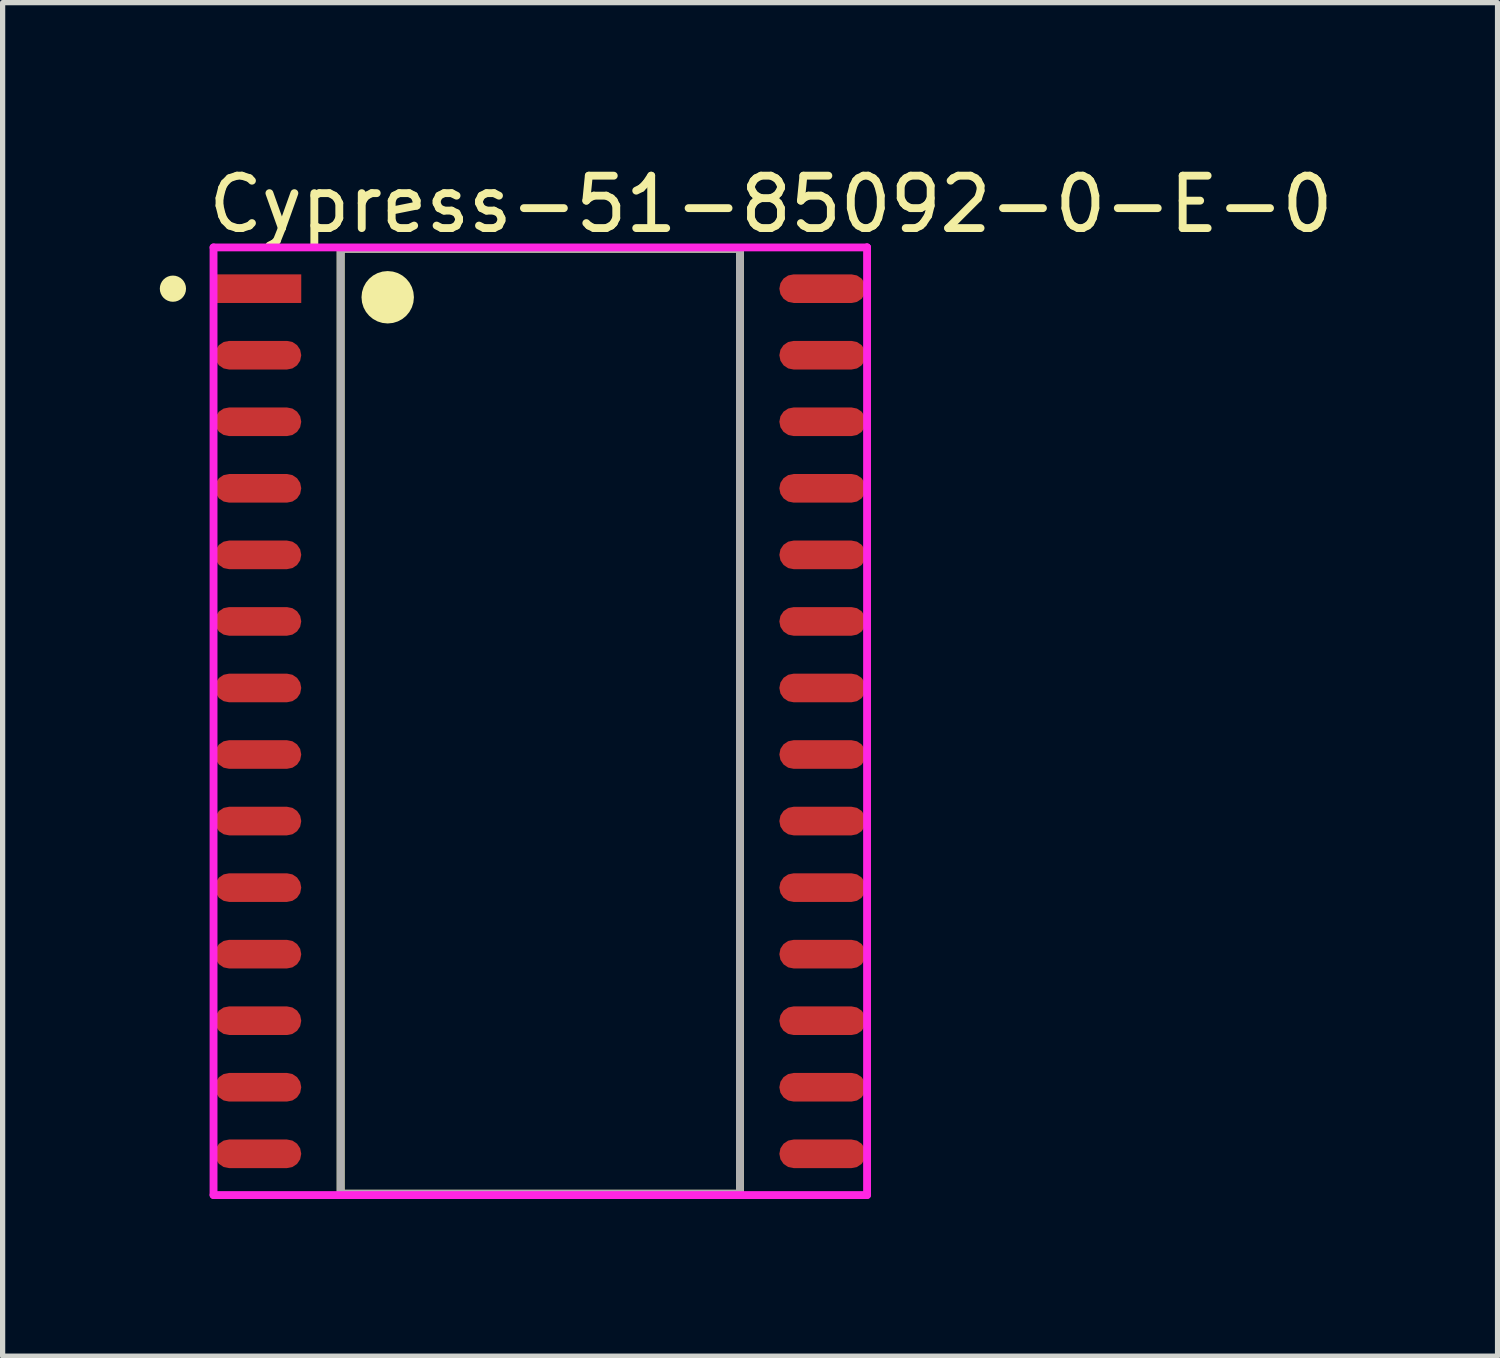
<source format=kicad_pcb>
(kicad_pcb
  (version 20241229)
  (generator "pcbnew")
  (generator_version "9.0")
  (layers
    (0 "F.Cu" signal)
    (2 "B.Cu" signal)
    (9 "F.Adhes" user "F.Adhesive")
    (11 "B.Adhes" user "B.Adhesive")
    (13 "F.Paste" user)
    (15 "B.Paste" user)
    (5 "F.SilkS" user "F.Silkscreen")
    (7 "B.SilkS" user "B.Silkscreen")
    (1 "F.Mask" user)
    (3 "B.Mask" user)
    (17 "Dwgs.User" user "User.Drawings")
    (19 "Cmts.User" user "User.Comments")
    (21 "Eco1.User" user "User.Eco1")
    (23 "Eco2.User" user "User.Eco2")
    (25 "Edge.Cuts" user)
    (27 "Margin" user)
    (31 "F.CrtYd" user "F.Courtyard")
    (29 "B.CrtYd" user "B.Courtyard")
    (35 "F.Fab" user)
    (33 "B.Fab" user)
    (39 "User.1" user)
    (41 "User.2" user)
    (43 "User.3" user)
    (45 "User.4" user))
  (footprint "Cypress-51-85092-0-E-0"
    (layer "F.Cu")
    (at 7.261 10.714)
    (property "Reference" "Cypress-51-85092-0-E-0" (at -6.411 -9.866 0) (layer "F.SilkS") (effects (font (size 1 1) (thickness 0.15)) (justify left)))
    (attr through_hole)
    (fp_line (start -3.81 -9.017) (end 3.81 -9.017) (stroke (width 0.15) (type solid)) (layer "F.SilkS"))
    (fp_line (start -3.81 9.017) (end -3.81 -9.017) (stroke (width 0.15) (type solid)) (layer "F.SilkS"))
    (fp_line (start 3.81 -9.017) (end 3.81 9.017) (stroke (width 0.15) (type solid)) (layer "F.SilkS"))
    (fp_line (start 3.81 9.017) (end -3.81 9.017) (stroke (width 0.15) (type solid)) (layer "F.SilkS"))
    (fp_circle (center -7.011 -8.255) (end -6.886 -8.255) (stroke (width 0.25) (type solid)) (fill no) (layer "F.SilkS"))
    (fp_circle (center -2.912 -8.091) (end -2.662 -8.091) (stroke (width 0.5) (type solid)) (fill no) (layer "F.SilkS"))
    (fp_line (start -6.236 -9.042) (end -6.236 9.042) (stroke (width 0.15) (type solid)) (layer "F.CrtYd"))
    (fp_line (start -6.236 9.042) (end 6.236 9.042) (stroke (width 0.15) (type solid)) (layer "F.CrtYd"))
    (fp_line (start 6.236 -9.042) (end -6.236 -9.042) (stroke (width 0.15) (type solid)) (layer "F.CrtYd"))
    (fp_line (start 6.236 -9.042) (end 6.236 -9.042) (stroke (width 0.15) (type solid)) (layer "F.CrtYd"))
    (fp_line (start 6.236 9.042) (end 6.236 -9.042) (stroke (width 0.15) (type solid)) (layer "F.CrtYd"))
    (fp_line (start -3.81 -9.017) (end 3.81 -9.017) (stroke (width 0.15) (type solid)) (layer "F.Fab"))
    (fp_line (start -3.81 9.017) (end -3.81 -9.017) (stroke (width 0.15) (type solid)) (layer "F.Fab"))
    (fp_line (start 3.81 -9.017) (end 3.81 9.017) (stroke (width 0.15) (type solid)) (layer "F.Fab"))
    (fp_line (start 3.81 9.017) (end -3.81 9.017) (stroke (width 0.15) (type solid)) (layer "F.Fab"))
    (pad "1" smd rect (at -5.387 -8.255) (size 1.65 0.546) (layers "F.Cu" "F.Mask" "F.Paste"))
    (pad "2" smd roundrect (at -5.387 -6.985) (size 1.65 0.546) (layers "F.Cu" "F.Mask" "F.Paste") (roundrect_rratio 0.5))
    (pad "3" smd roundrect (at -5.387 -5.715) (size 1.65 0.546) (layers "F.Cu" "F.Mask" "F.Paste") (roundrect_rratio 0.5))
    (pad "4" smd roundrect (at -5.387 -4.445) (size 1.65 0.546) (layers "F.Cu" "F.Mask" "F.Paste") (roundrect_rratio 0.5))
    (pad "5" smd roundrect (at -5.387 -3.175) (size 1.65 0.546) (layers "F.Cu" "F.Mask" "F.Paste") (roundrect_rratio 0.5))
    (pad "6" smd roundrect (at -5.387 -1.905) (size 1.65 0.546) (layers "F.Cu" "F.Mask" "F.Paste") (roundrect_rratio 0.5))
    (pad "7" smd roundrect (at -5.387 -0.635) (size 1.65 0.546) (layers "F.Cu" "F.Mask" "F.Paste") (roundrect_rratio 0.5))
    (pad "8" smd roundrect (at -5.387 0.635) (size 1.65 0.546) (layers "F.Cu" "F.Mask" "F.Paste") (roundrect_rratio 0.5))
    (pad "9" smd roundrect (at -5.387 1.905) (size 1.65 0.546) (layers "F.Cu" "F.Mask" "F.Paste") (roundrect_rratio 0.5))
    (pad "10" smd roundrect (at -5.387 3.175) (size 1.65 0.546) (layers "F.Cu" "F.Mask" "F.Paste") (roundrect_rratio 0.5))
    (pad "11" smd roundrect (at -5.387 4.445) (size 1.65 0.546) (layers "F.Cu" "F.Mask" "F.Paste") (roundrect_rratio 0.5))
    (pad "12" smd roundrect (at -5.387 5.715) (size 1.65 0.546) (layers "F.Cu" "F.Mask" "F.Paste") (roundrect_rratio 0.5))
    (pad "13" smd roundrect (at -5.387 6.985) (size 1.65 0.546) (layers "F.Cu" "F.Mask" "F.Paste") (roundrect_rratio 0.5))
    (pad "14" smd roundrect (at -5.387 8.255) (size 1.65 0.546) (layers "F.Cu" "F.Mask" "F.Paste") (roundrect_rratio 0.5))
    (pad "15" smd roundrect (at 5.387 8.255) (size 1.65 0.546) (layers "F.Cu" "F.Mask" "F.Paste") (roundrect_rratio 0.5))
    (pad "16" smd roundrect (at 5.387 6.985) (size 1.65 0.546) (layers "F.Cu" "F.Mask" "F.Paste") (roundrect_rratio 0.5))
    (pad "17" smd roundrect (at 5.387 5.715) (size 1.65 0.546) (layers "F.Cu" "F.Mask" "F.Paste") (roundrect_rratio 0.5))
    (pad "18" smd roundrect (at 5.387 4.445) (size 1.65 0.546) (layers "F.Cu" "F.Mask" "F.Paste") (roundrect_rratio 0.5))
    (pad "19" smd roundrect (at 5.387 3.175) (size 1.65 0.546) (layers "F.Cu" "F.Mask" "F.Paste") (roundrect_rratio 0.5))
    (pad "20" smd roundrect (at 5.387 1.905) (size 1.65 0.546) (layers "F.Cu" "F.Mask" "F.Paste") (roundrect_rratio 0.5))
    (pad "21" smd roundrect (at 5.387 0.635) (size 1.65 0.546) (layers "F.Cu" "F.Mask" "F.Paste") (roundrect_rratio 0.5))
    (pad "22" smd roundrect (at 5.387 -0.635) (size 1.65 0.546) (layers "F.Cu" "F.Mask" "F.Paste") (roundrect_rratio 0.5))
    (pad "23" smd roundrect (at 5.387 -1.905) (size 1.65 0.546) (layers "F.Cu" "F.Mask" "F.Paste") (roundrect_rratio 0.5))
    (pad "24" smd roundrect (at 5.387 -3.175) (size 1.65 0.546) (layers "F.Cu" "F.Mask" "F.Paste") (roundrect_rratio 0.5))
    (pad "25" smd roundrect (at 5.387 -4.445) (size 1.65 0.546) (layers "F.Cu" "F.Mask" "F.Paste") (roundrect_rratio 0.5))
    (pad "26" smd roundrect (at 5.387 -5.715) (size 1.65 0.546) (layers "F.Cu" "F.Mask" "F.Paste") (roundrect_rratio 0.5))
    (pad "27" smd roundrect (at 5.387 -6.985) (size 1.65 0.546) (layers "F.Cu" "F.Mask" "F.Paste") (roundrect_rratio 0.5))
    (pad "28" smd roundrect (at 5.387 -8.255) (size 1.65 0.546) (layers "F.Cu" "F.Mask" "F.Paste") (roundrect_rratio 0.5)))
  (gr_rect
    (start -3 -3)
    (end 25.529 22.831)
    (stroke (width 0.1) (type default))
    (fill no)
    (layer "Edge.Cuts")))
</source>
